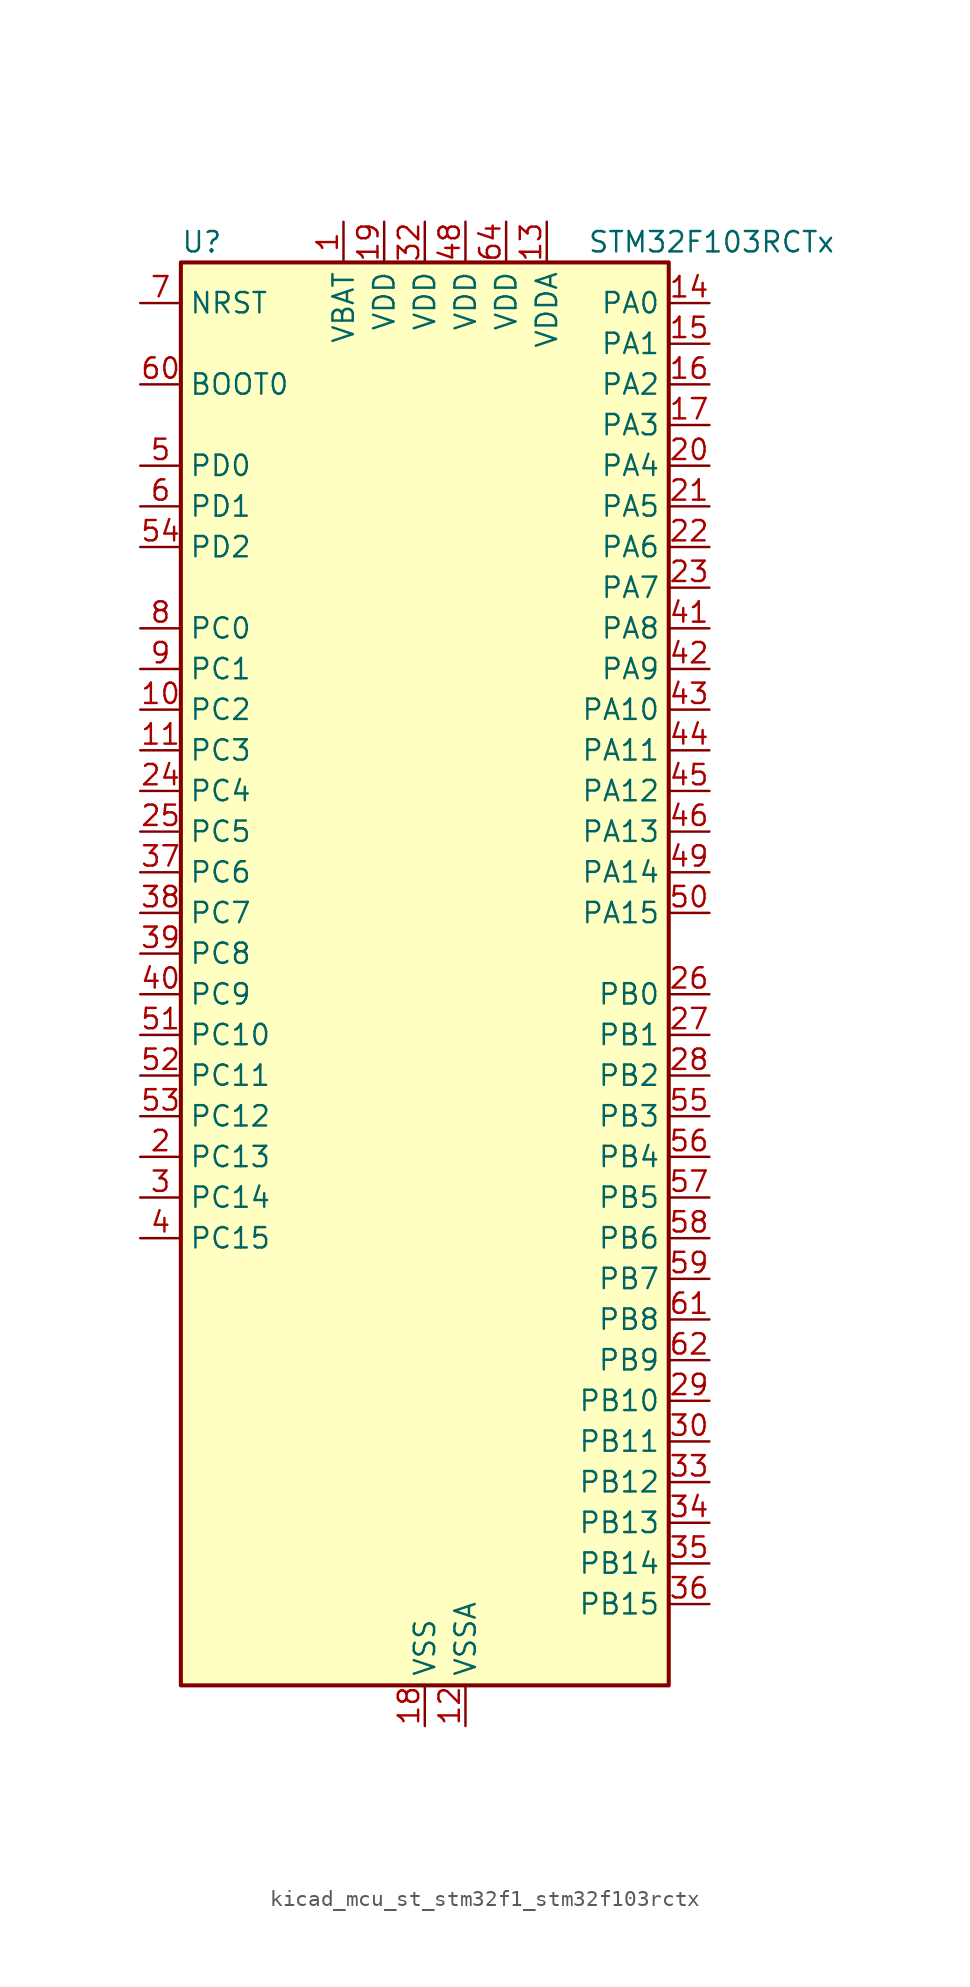
<source format=kicad_sym>
(kicad_symbol_lib
  (version 20220914)
  (generator kicad_symbol_editor)
  (symbol "kicad_mcu_st_stm32f1_stm32f103rctx"
    (property "Reference" "U"
      (at -15.24 46.99 0)
      (effects (font (size 1.27 1.27)) (justify left)))
    (property "Value" "STM32F103RCTx"
      (at 10.16 46.99 0)
      (effects (font (size 1.27 1.27)) (justify left)))
    (property "ki_locked" ""
      (at 0 0 0)
      (effects (font (size 1.27 1.27))))
    (symbol "kicad_mcu_st_stm32f1_stm32f103rctx_0_1"
      (rectangle (start -15.24 -43.18) (end 15.24 45.72) (stroke (width 0.254) (type default)) (fill (type background))))
    (symbol "kicad_mcu_st_stm32f1_stm32f103rctx_1_1"
      (pin power_in line (at -5.08 48.26 270) (length 2.54) (name "VBAT" (effects (font (size 1.27 1.27)))) (number "1" (effects (font (size 1.27 1.27)))))
      (pin bidirectional line (at -17.78 17.78 0) (length 2.54) (name "PC2" (effects (font (size 1.27 1.27)))) (number "10" (effects (font (size 1.27 1.27)))) (alternate "ADC1_IN12" bidirectional line) (alternate "ADC2_IN12" bidirectional line) (alternate "ADC3_IN12" bidirectional line))
      (pin bidirectional line (at -17.78 15.24 0) (length 2.54) (name "PC3" (effects (font (size 1.27 1.27)))) (number "11" (effects (font (size 1.27 1.27)))) (alternate "ADC1_IN13" bidirectional line) (alternate "ADC2_IN13" bidirectional line) (alternate "ADC3_IN13" bidirectional line))
      (pin power_in line (at 2.54 -45.72 90) (length 2.54) (name "VSSA" (effects (font (size 1.27 1.27)))) (number "12" (effects (font (size 1.27 1.27)))))
      (pin power_in line (at 7.62 48.26 270) (length 2.54) (name "VDDA" (effects (font (size 1.27 1.27)))) (number "13" (effects (font (size 1.27 1.27)))))
      (pin bidirectional line (at 17.78 43.18 180) (length 2.54) (name "PA0" (effects (font (size 1.27 1.27)))) (number "14" (effects (font (size 1.27 1.27)))) (alternate "ADC1_IN0" bidirectional line) (alternate "ADC2_IN0" bidirectional line) (alternate "ADC3_IN0" bidirectional line) (alternate "SYS_WKUP" bidirectional line) (alternate "TIM2_CH1" bidirectional line) (alternate "TIM2_ETR" bidirectional line) (alternate "TIM5_CH1" bidirectional line) (alternate "TIM8_ETR" bidirectional line) (alternate "USART2_CTS" bidirectional line))
      (pin bidirectional line (at 17.78 40.64 180) (length 2.54) (name "PA1" (effects (font (size 1.27 1.27)))) (number "15" (effects (font (size 1.27 1.27)))) (alternate "ADC1_IN1" bidirectional line) (alternate "ADC2_IN1" bidirectional line) (alternate "ADC3_IN1" bidirectional line) (alternate "TIM2_CH2" bidirectional line) (alternate "TIM5_CH2" bidirectional line) (alternate "USART2_RTS" bidirectional line))
      (pin bidirectional line (at 17.78 38.1 180) (length 2.54) (name "PA2" (effects (font (size 1.27 1.27)))) (number "16" (effects (font (size 1.27 1.27)))) (alternate "ADC1_IN2" bidirectional line) (alternate "ADC2_IN2" bidirectional line) (alternate "ADC3_IN2" bidirectional line) (alternate "TIM2_CH3" bidirectional line) (alternate "TIM5_CH3" bidirectional line) (alternate "USART2_TX" bidirectional line))
      (pin bidirectional line (at 17.78 35.56 180) (length 2.54) (name "PA3" (effects (font (size 1.27 1.27)))) (number "17" (effects (font (size 1.27 1.27)))) (alternate "ADC1_IN3" bidirectional line) (alternate "ADC2_IN3" bidirectional line) (alternate "ADC3_IN3" bidirectional line) (alternate "TIM2_CH4" bidirectional line) (alternate "TIM5_CH4" bidirectional line) (alternate "USART2_RX" bidirectional line))
      (pin power_in line (at 0 -45.72 90) (length 2.54) (name "VSS" (effects (font (size 1.27 1.27)))) (number "18" (effects (font (size 1.27 1.27)))))
      (pin power_in line (at -2.54 48.26 270) (length 2.54) (name "VDD" (effects (font (size 1.27 1.27)))) (number "19" (effects (font (size 1.27 1.27)))))
      (pin bidirectional line (at -17.78 -10.16 0) (length 2.54) (name "PC13" (effects (font (size 1.27 1.27)))) (number "2" (effects (font (size 1.27 1.27)))) (alternate "RTC_OUT" bidirectional line) (alternate "RTC_TAMPER" bidirectional line))
      (pin bidirectional line (at 17.78 33.02 180) (length 2.54) (name "PA4" (effects (font (size 1.27 1.27)))) (number "20" (effects (font (size 1.27 1.27)))) (alternate "ADC1_IN4" bidirectional line) (alternate "ADC2_IN4" bidirectional line) (alternate "DAC_OUT1" bidirectional line) (alternate "SPI1_NSS" bidirectional line) (alternate "USART2_CK" bidirectional line))
      (pin bidirectional line (at 17.78 30.48 180) (length 2.54) (name "PA5" (effects (font (size 1.27 1.27)))) (number "21" (effects (font (size 1.27 1.27)))) (alternate "ADC1_IN5" bidirectional line) (alternate "ADC2_IN5" bidirectional line) (alternate "DAC_OUT2" bidirectional line) (alternate "SPI1_SCK" bidirectional line))
      (pin bidirectional line (at 17.78 27.94 180) (length 2.54) (name "PA6" (effects (font (size 1.27 1.27)))) (number "22" (effects (font (size 1.27 1.27)))) (alternate "ADC1_IN6" bidirectional line) (alternate "ADC2_IN6" bidirectional line) (alternate "SPI1_MISO" bidirectional line) (alternate "TIM1_BKIN" bidirectional line) (alternate "TIM3_CH1" bidirectional line) (alternate "TIM8_BKIN" bidirectional line))
      (pin bidirectional line (at 17.78 25.4 180) (length 2.54) (name "PA7" (effects (font (size 1.27 1.27)))) (number "23" (effects (font (size 1.27 1.27)))) (alternate "ADC1_IN7" bidirectional line) (alternate "ADC2_IN7" bidirectional line) (alternate "SPI1_MOSI" bidirectional line) (alternate "TIM1_CH1N" bidirectional line) (alternate "TIM3_CH2" bidirectional line) (alternate "TIM8_CH1N" bidirectional line))
      (pin bidirectional line (at -17.78 12.7 0) (length 2.54) (name "PC4" (effects (font (size 1.27 1.27)))) (number "24" (effects (font (size 1.27 1.27)))) (alternate "ADC1_IN14" bidirectional line) (alternate "ADC2_IN14" bidirectional line))
      (pin bidirectional line (at -17.78 10.16 0) (length 2.54) (name "PC5" (effects (font (size 1.27 1.27)))) (number "25" (effects (font (size 1.27 1.27)))) (alternate "ADC1_IN15" bidirectional line) (alternate "ADC2_IN15" bidirectional line))
      (pin bidirectional line (at 17.78 0 180) (length 2.54) (name "PB0" (effects (font (size 1.27 1.27)))) (number "26" (effects (font (size 1.27 1.27)))) (alternate "ADC1_IN8" bidirectional line) (alternate "ADC2_IN8" bidirectional line) (alternate "TIM1_CH2N" bidirectional line) (alternate "TIM3_CH3" bidirectional line) (alternate "TIM8_CH2N" bidirectional line))
      (pin bidirectional line (at 17.78 -2.54 180) (length 2.54) (name "PB1" (effects (font (size 1.27 1.27)))) (number "27" (effects (font (size 1.27 1.27)))) (alternate "ADC1_IN9" bidirectional line) (alternate "ADC2_IN9" bidirectional line) (alternate "TIM1_CH3N" bidirectional line) (alternate "TIM3_CH4" bidirectional line) (alternate "TIM8_CH3N" bidirectional line))
      (pin bidirectional line (at 17.78 -5.08 180) (length 2.54) (name "PB2" (effects (font (size 1.27 1.27)))) (number "28" (effects (font (size 1.27 1.27)))))
      (pin bidirectional line (at 17.78 -25.4 180) (length 2.54) (name "PB10" (effects (font (size 1.27 1.27)))) (number "29" (effects (font (size 1.27 1.27)))) (alternate "I2C2_SCL" bidirectional line) (alternate "TIM2_CH3" bidirectional line) (alternate "USART3_TX" bidirectional line))
      (pin bidirectional line (at -17.78 -12.7 0) (length 2.54) (name "PC14" (effects (font (size 1.27 1.27)))) (number "3" (effects (font (size 1.27 1.27)))) (alternate "RCC_OSC32_IN" bidirectional line))
      (pin bidirectional line (at 17.78 -27.94 180) (length 2.54) (name "PB11" (effects (font (size 1.27 1.27)))) (number "30" (effects (font (size 1.27 1.27)))) (alternate "ADC1_EXTI11" bidirectional line) (alternate "ADC2_EXTI11" bidirectional line) (alternate "I2C2_SDA" bidirectional line) (alternate "TIM2_CH4" bidirectional line) (alternate "USART3_RX" bidirectional line))
      (pin passive line (at 0 -45.72 90) (length 2.54) hide (name "VSS" (effects (font (size 1.27 1.27)))) (number "31" (effects (font (size 1.27 1.27)))))
      (pin power_in line (at 0 48.26 270) (length 2.54) (name "VDD" (effects (font (size 1.27 1.27)))) (number "32" (effects (font (size 1.27 1.27)))))
      (pin bidirectional line (at 17.78 -30.48 180) (length 2.54) (name "PB12" (effects (font (size 1.27 1.27)))) (number "33" (effects (font (size 1.27 1.27)))) (alternate "I2C2_SMBA" bidirectional line) (alternate "I2S2_WS" bidirectional line) (alternate "SPI2_NSS" bidirectional line) (alternate "TIM1_BKIN" bidirectional line) (alternate "USART3_CK" bidirectional line))
      (pin bidirectional line (at 17.78 -33.02 180) (length 2.54) (name "PB13" (effects (font (size 1.27 1.27)))) (number "34" (effects (font (size 1.27 1.27)))) (alternate "I2S2_CK" bidirectional line) (alternate "SPI2_SCK" bidirectional line) (alternate "TIM1_CH1N" bidirectional line) (alternate "USART3_CTS" bidirectional line))
      (pin bidirectional line (at 17.78 -35.56 180) (length 2.54) (name "PB14" (effects (font (size 1.27 1.27)))) (number "35" (effects (font (size 1.27 1.27)))) (alternate "SPI2_MISO" bidirectional line) (alternate "TIM1_CH2N" bidirectional line) (alternate "USART3_RTS" bidirectional line))
      (pin bidirectional line (at 17.78 -38.1 180) (length 2.54) (name "PB15" (effects (font (size 1.27 1.27)))) (number "36" (effects (font (size 1.27 1.27)))) (alternate "ADC1_EXTI15" bidirectional line) (alternate "ADC2_EXTI15" bidirectional line) (alternate "I2S2_SD" bidirectional line) (alternate "SPI2_MOSI" bidirectional line) (alternate "TIM1_CH3N" bidirectional line))
      (pin bidirectional line (at -17.78 7.62 0) (length 2.54) (name "PC6" (effects (font (size 1.27 1.27)))) (number "37" (effects (font (size 1.27 1.27)))) (alternate "I2S2_MCK" bidirectional line) (alternate "SDIO_D6" bidirectional line) (alternate "TIM3_CH1" bidirectional line) (alternate "TIM8_CH1" bidirectional line))
      (pin bidirectional line (at -17.78 5.08 0) (length 2.54) (name "PC7" (effects (font (size 1.27 1.27)))) (number "38" (effects (font (size 1.27 1.27)))) (alternate "I2S3_MCK" bidirectional line) (alternate "SDIO_D7" bidirectional line) (alternate "TIM3_CH2" bidirectional line) (alternate "TIM8_CH2" bidirectional line))
      (pin bidirectional line (at -17.78 2.54 0) (length 2.54) (name "PC8" (effects (font (size 1.27 1.27)))) (number "39" (effects (font (size 1.27 1.27)))) (alternate "SDIO_D0" bidirectional line) (alternate "TIM3_CH3" bidirectional line) (alternate "TIM8_CH3" bidirectional line))
      (pin bidirectional line (at -17.78 -15.24 0) (length 2.54) (name "PC15" (effects (font (size 1.27 1.27)))) (number "4" (effects (font (size 1.27 1.27)))) (alternate "ADC1_EXTI15" bidirectional line) (alternate "ADC2_EXTI15" bidirectional line) (alternate "RCC_OSC32_OUT" bidirectional line))
      (pin bidirectional line (at -17.78 0 0) (length 2.54) (name "PC9" (effects (font (size 1.27 1.27)))) (number "40" (effects (font (size 1.27 1.27)))) (alternate "DAC_EXTI9" bidirectional line) (alternate "SDIO_D1" bidirectional line) (alternate "TIM3_CH4" bidirectional line) (alternate "TIM8_CH4" bidirectional line))
      (pin bidirectional line (at 17.78 22.86 180) (length 2.54) (name "PA8" (effects (font (size 1.27 1.27)))) (number "41" (effects (font (size 1.27 1.27)))) (alternate "RCC_MCO" bidirectional line) (alternate "TIM1_CH1" bidirectional line) (alternate "USART1_CK" bidirectional line))
      (pin bidirectional line (at 17.78 20.32 180) (length 2.54) (name "PA9" (effects (font (size 1.27 1.27)))) (number "42" (effects (font (size 1.27 1.27)))) (alternate "DAC_EXTI9" bidirectional line) (alternate "TIM1_CH2" bidirectional line) (alternate "USART1_TX" bidirectional line))
      (pin bidirectional line (at 17.78 17.78 180) (length 2.54) (name "PA10" (effects (font (size 1.27 1.27)))) (number "43" (effects (font (size 1.27 1.27)))) (alternate "TIM1_CH3" bidirectional line) (alternate "USART1_RX" bidirectional line))
      (pin bidirectional line (at 17.78 15.24 180) (length 2.54) (name "PA11" (effects (font (size 1.27 1.27)))) (number "44" (effects (font (size 1.27 1.27)))) (alternate "ADC1_EXTI11" bidirectional line) (alternate "ADC2_EXTI11" bidirectional line) (alternate "CAN_RX" bidirectional line) (alternate "TIM1_CH4" bidirectional line) (alternate "USART1_CTS" bidirectional line) (alternate "USB_DM" bidirectional line))
      (pin bidirectional line (at 17.78 12.7 180) (length 2.54) (name "PA12" (effects (font (size 1.27 1.27)))) (number "45" (effects (font (size 1.27 1.27)))) (alternate "CAN_TX" bidirectional line) (alternate "TIM1_ETR" bidirectional line) (alternate "USART1_RTS" bidirectional line) (alternate "USB_DP" bidirectional line))
      (pin bidirectional line (at 17.78 10.16 180) (length 2.54) (name "PA13" (effects (font (size 1.27 1.27)))) (number "46" (effects (font (size 1.27 1.27)))) (alternate "SYS_JTMS-SWDIO" bidirectional line))
      (pin passive line (at 0 -45.72 90) (length 2.54) hide (name "VSS" (effects (font (size 1.27 1.27)))) (number "47" (effects (font (size 1.27 1.27)))))
      (pin power_in line (at 2.54 48.26 270) (length 2.54) (name "VDD" (effects (font (size 1.27 1.27)))) (number "48" (effects (font (size 1.27 1.27)))))
      (pin bidirectional line (at 17.78 7.62 180) (length 2.54) (name "PA14" (effects (font (size 1.27 1.27)))) (number "49" (effects (font (size 1.27 1.27)))) (alternate "SYS_JTCK-SWCLK" bidirectional line))
      (pin bidirectional line (at -17.78 33.02 0) (length 2.54) (name "PD0" (effects (font (size 1.27 1.27)))) (number "5" (effects (font (size 1.27 1.27)))) (alternate "RCC_OSC_IN" bidirectional line))
      (pin bidirectional line (at 17.78 5.08 180) (length 2.54) (name "PA15" (effects (font (size 1.27 1.27)))) (number "50" (effects (font (size 1.27 1.27)))) (alternate "ADC1_EXTI15" bidirectional line) (alternate "ADC2_EXTI15" bidirectional line) (alternate "I2S3_WS" bidirectional line) (alternate "SPI1_NSS" bidirectional line) (alternate "SPI3_NSS" bidirectional line) (alternate "SYS_JTDI" bidirectional line) (alternate "TIM2_CH1" bidirectional line) (alternate "TIM2_ETR" bidirectional line))
      (pin bidirectional line (at -17.78 -2.54 0) (length 2.54) (name "PC10" (effects (font (size 1.27 1.27)))) (number "51" (effects (font (size 1.27 1.27)))) (alternate "SDIO_D2" bidirectional line) (alternate "UART4_TX" bidirectional line) (alternate "USART3_TX" bidirectional line))
      (pin bidirectional line (at -17.78 -5.08 0) (length 2.54) (name "PC11" (effects (font (size 1.27 1.27)))) (number "52" (effects (font (size 1.27 1.27)))) (alternate "ADC1_EXTI11" bidirectional line) (alternate "ADC2_EXTI11" bidirectional line) (alternate "SDIO_D3" bidirectional line) (alternate "UART4_RX" bidirectional line) (alternate "USART3_RX" bidirectional line))
      (pin bidirectional line (at -17.78 -7.62 0) (length 2.54) (name "PC12" (effects (font (size 1.27 1.27)))) (number "53" (effects (font (size 1.27 1.27)))) (alternate "SDIO_CK" bidirectional line) (alternate "UART5_TX" bidirectional line) (alternate "USART3_CK" bidirectional line))
      (pin bidirectional line (at -17.78 27.94 0) (length 2.54) (name "PD2" (effects (font (size 1.27 1.27)))) (number "54" (effects (font (size 1.27 1.27)))) (alternate "SDIO_CMD" bidirectional line) (alternate "TIM3_ETR" bidirectional line) (alternate "UART5_RX" bidirectional line))
      (pin bidirectional line (at 17.78 -7.62 180) (length 2.54) (name "PB3" (effects (font (size 1.27 1.27)))) (number "55" (effects (font (size 1.27 1.27)))) (alternate "I2S3_CK" bidirectional line) (alternate "SPI1_SCK" bidirectional line) (alternate "SPI3_SCK" bidirectional line) (alternate "SYS_JTDO-TRACESWO" bidirectional line) (alternate "TIM2_CH2" bidirectional line))
      (pin bidirectional line (at 17.78 -10.16 180) (length 2.54) (name "PB4" (effects (font (size 1.27 1.27)))) (number "56" (effects (font (size 1.27 1.27)))) (alternate "SPI1_MISO" bidirectional line) (alternate "SPI3_MISO" bidirectional line) (alternate "SYS_NJTRST" bidirectional line) (alternate "TIM3_CH1" bidirectional line))
      (pin bidirectional line (at 17.78 -12.7 180) (length 2.54) (name "PB5" (effects (font (size 1.27 1.27)))) (number "57" (effects (font (size 1.27 1.27)))) (alternate "I2C1_SMBA" bidirectional line) (alternate "I2S3_SD" bidirectional line) (alternate "SPI1_MOSI" bidirectional line) (alternate "SPI3_MOSI" bidirectional line) (alternate "TIM3_CH2" bidirectional line))
      (pin bidirectional line (at 17.78 -15.24 180) (length 2.54) (name "PB6" (effects (font (size 1.27 1.27)))) (number "58" (effects (font (size 1.27 1.27)))) (alternate "I2C1_SCL" bidirectional line) (alternate "TIM4_CH1" bidirectional line) (alternate "USART1_TX" bidirectional line))
      (pin bidirectional line (at 17.78 -17.78 180) (length 2.54) (name "PB7" (effects (font (size 1.27 1.27)))) (number "59" (effects (font (size 1.27 1.27)))) (alternate "I2C1_SDA" bidirectional line) (alternate "TIM4_CH2" bidirectional line) (alternate "USART1_RX" bidirectional line))
      (pin bidirectional line (at -17.78 30.48 0) (length 2.54) (name "PD1" (effects (font (size 1.27 1.27)))) (number "6" (effects (font (size 1.27 1.27)))) (alternate "RCC_OSC_OUT" bidirectional line))
      (pin input line (at -17.78 38.1 0) (length 2.54) (name "BOOT0" (effects (font (size 1.27 1.27)))) (number "60" (effects (font (size 1.27 1.27)))))
      (pin bidirectional line (at 17.78 -20.32 180) (length 2.54) (name "PB8" (effects (font (size 1.27 1.27)))) (number "61" (effects (font (size 1.27 1.27)))) (alternate "CAN_RX" bidirectional line) (alternate "I2C1_SCL" bidirectional line) (alternate "SDIO_D4" bidirectional line) (alternate "TIM4_CH3" bidirectional line))
      (pin bidirectional line (at 17.78 -22.86 180) (length 2.54) (name "PB9" (effects (font (size 1.27 1.27)))) (number "62" (effects (font (size 1.27 1.27)))) (alternate "CAN_TX" bidirectional line) (alternate "DAC_EXTI9" bidirectional line) (alternate "I2C1_SDA" bidirectional line) (alternate "SDIO_D5" bidirectional line) (alternate "TIM4_CH4" bidirectional line))
      (pin passive line (at 0 -45.72 90) (length 2.54) hide (name "VSS" (effects (font (size 1.27 1.27)))) (number "63" (effects (font (size 1.27 1.27)))))
      (pin power_in line (at 5.08 48.26 270) (length 2.54) (name "VDD" (effects (font (size 1.27 1.27)))) (number "64" (effects (font (size 1.27 1.27)))))
      (pin input line (at -17.78 43.18 0) (length 2.54) (name "NRST" (effects (font (size 1.27 1.27)))) (number "7" (effects (font (size 1.27 1.27)))))
      (pin bidirectional line (at -17.78 22.86 0) (length 2.54) (name "PC0" (effects (font (size 1.27 1.27)))) (number "8" (effects (font (size 1.27 1.27)))) (alternate "ADC1_IN10" bidirectional line) (alternate "ADC2_IN10" bidirectional line) (alternate "ADC3_IN10" bidirectional line))
      (pin bidirectional line (at -17.78 20.32 0) (length 2.54) (name "PC1" (effects (font (size 1.27 1.27)))) (number "9" (effects (font (size 1.27 1.27)))) (alternate "ADC1_IN11" bidirectional line) (alternate "ADC2_IN11" bidirectional line) (alternate "ADC3_IN11" bidirectional line)))))
</source>
